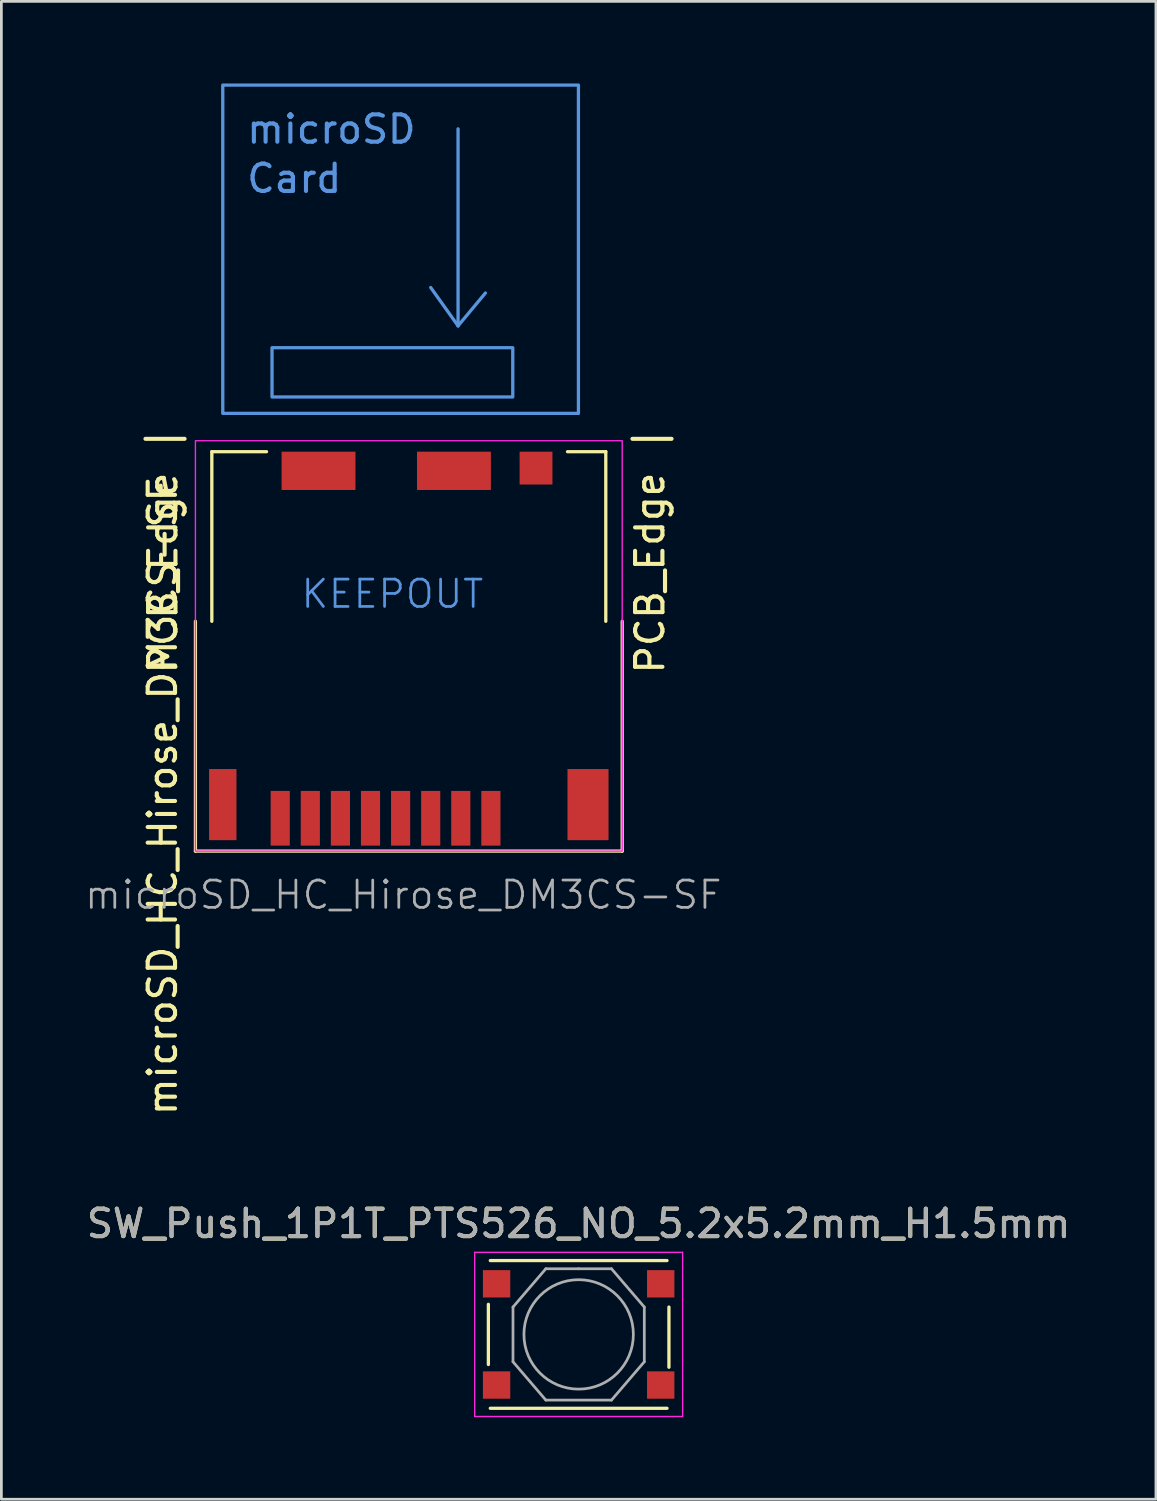
<source format=kicad_pcb>
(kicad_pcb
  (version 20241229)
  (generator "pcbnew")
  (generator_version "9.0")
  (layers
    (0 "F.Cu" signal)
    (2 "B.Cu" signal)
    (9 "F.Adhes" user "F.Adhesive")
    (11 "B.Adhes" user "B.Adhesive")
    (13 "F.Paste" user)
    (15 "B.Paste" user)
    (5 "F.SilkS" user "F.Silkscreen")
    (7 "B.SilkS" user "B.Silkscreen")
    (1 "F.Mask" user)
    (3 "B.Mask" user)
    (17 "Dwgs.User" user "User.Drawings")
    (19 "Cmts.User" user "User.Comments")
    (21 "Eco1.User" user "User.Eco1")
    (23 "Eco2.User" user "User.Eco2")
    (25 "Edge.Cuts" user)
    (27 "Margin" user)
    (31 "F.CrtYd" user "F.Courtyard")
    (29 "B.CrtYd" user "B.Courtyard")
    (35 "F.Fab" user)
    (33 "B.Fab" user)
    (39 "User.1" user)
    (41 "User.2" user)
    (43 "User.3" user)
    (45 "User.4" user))
  (footprint "SW_Push_1P1T_PTS526_NO_5.2x5.2mm_H1.5mm"
    (layer "F.Cu")
    (at 18.101 45.726)
    (property "Reference" "SW_Push_1P1T_PTS526_NO_5.2x5.2mm_H1.5mm" (at 0 -4.05 0) (layer "F.SilkS") (effects (font (size 1 1) (thickness 0.15))))
    (attr smd)
    (fp_line (start -3.3 -1.1) (end -3.3 1.1) (stroke (width 0.12) (type solid)) (layer "F.SilkS"))
    (fp_line (start -3.23 -2.7) (end 3.23 -2.7) (stroke (width 0.12) (type solid)) (layer "F.SilkS"))
    (fp_line (start -3.23 2.7) (end 3.23 2.7) (stroke (width 0.12) (type solid)) (layer "F.SilkS"))
    (fp_line (start 3.3 -1) (end 3.3 1.2) (stroke (width 0.12) (type solid)) (layer "F.SilkS"))
    (fp_line (start -3.8 -3) (end -3.8 3) (stroke (width 0.05) (type solid)) (layer "F.CrtYd"))
    (fp_line (start -3.8 -3) (end 3.8 -3) (stroke (width 0.05) (type solid)) (layer "F.CrtYd"))
    (fp_line (start -3.8 3) (end 3.8 3) (stroke (width 0.05) (type solid)) (layer "F.CrtYd"))
    (fp_line (start 3.8 3) (end 3.8 -3) (stroke (width 0.05) (type solid)) (layer "F.CrtYd"))
    (fp_line (start -2.4 -1) (end -2.4 1) (stroke (width 0.1) (type default)) (layer "F.Fab"))
    (fp_line (start -2.4 1) (end -1.2 2.4) (stroke (width 0.1) (type default)) (layer "F.Fab"))
    (fp_line (start -1.2 -2.4) (end -2.4 -1) (stroke (width 0.1) (type default)) (layer "F.Fab"))
    (fp_line (start -1.2 -2.4) (end 0 -2.4) (stroke (width 0.1) (type default)) (layer "F.Fab"))
    (fp_line (start 0 -2.4) (end 1.2 -2.4) (stroke (width 0.1) (type default)) (layer "F.Fab"))
    (fp_line (start 1.2 -2.4) (end 2.4 -1) (stroke (width 0.1) (type default)) (layer "F.Fab"))
    (fp_line (start 1.2 2.4) (end -1.2 2.4) (stroke (width 0.1) (type default)) (layer "F.Fab"))
    (fp_line (start 2.4 -1) (end 2.4 1) (stroke (width 0.1) (type default)) (layer "F.Fab"))
    (fp_line (start 2.4 1) (end 1.2 2.4) (stroke (width 0.1) (type default)) (layer "F.Fab"))
    (fp_circle (center 0 0) (end 2 0) (stroke (width 0.1) (type solid)) (fill no) (layer "F.Fab"))
    (fp_text user "${REFERENCE}" (at 0 -4.05 0) (layer "F.Fab") (effects (font (size 1 1) (thickness 0.15))))
    (pad "1" smd rect (at -3 -1.85) (size 1 1) (layers "F.Cu" "F.Mask" "F.Paste"))
    (pad "1" smd rect (at 3 -1.85) (size 1 1) (layers "F.Cu" "F.Mask" "F.Paste"))
    (pad "2" smd rect (at -3 1.85) (size 1 1) (layers "F.Cu" "F.Mask" "F.Paste"))
    (pad "2" smd rect (at 3 1.85) (size 1 1) (layers "F.Cu" "F.Mask" "F.Paste")))
  (footprint "microSD_HC_Hirose_DM3CS-SF"
    (layer "F.Cu")
    (at 11.693 13.46)
    (property "Reference" "microSD_HC_Hirose_DM3CS-SF" (at -8.8 12.6 90) (layer "F.SilkS") (effects (font (size 1 1) (thickness 0.15))))
    (attr smd)
    (fp_line (start -7.6 6.2) (end -7.6 14.6) (stroke (width 0.12) (type default)) (layer "F.SilkS"))
    (fp_line (start -7.6 14.6) (end 8 14.6) (stroke (width 0.12) (type default)) (layer "F.SilkS"))
    (fp_line (start -7 0) (end -5 0) (stroke (width 0.12) (type default)) (layer "F.SilkS"))
    (fp_line (start -7 6.2) (end -7 0) (stroke (width 0.12) (type default)) (layer "F.SilkS"))
    (fp_line (start 6 0) (end 7.4 0) (stroke (width 0.12) (type default)) (layer "F.SilkS"))
    (fp_line (start 7.4 0) (end 7.4 6.2) (stroke (width 0.12) (type default)) (layer "F.SilkS"))
    (fp_line (start 8 14.6) (end 8 6.2) (stroke (width 0.12) (type default)) (layer "F.SilkS"))
    (fp_line (start 2 -11.8) (end 2 -4.6) (stroke (width 0.12) (type solid)) (layer "Cmts.User"))
    (fp_line (start 2 -4.6) (end 1 -6) (stroke (width 0.12) (type solid)) (layer "Cmts.User"))
    (fp_line (start 2 -4.6) (end 3 -5.8) (stroke (width 0.12) (type solid)) (layer "Cmts.User"))
    (fp_rect (start -4.8 -3.8) (end 4 -2) (stroke (width 0.12) (type default)) (fill no) (layer "Cmts.User"))
    (fp_rect (start 6.4 -1.4) (end -6.6 -13.4) (stroke (width 0.12) (type default)) (fill no) (layer "Cmts.User"))
    (fp_rect (start -7.6 -0.4) (end 8 14.6) (stroke (width 0.05) (type default)) (fill no) (layer "F.CrtYd"))
    (fp_text user "PCB_Edge |" (at -8.2 8.2 90) (unlocked yes) (layer "F.SilkS") (effects (font (size 1 1) (thickness 0.15)) (justify left bottom)))
    (fp_text user "PCB_Edge |" (at 9.6 8.2 90) (unlocked yes) (layer "F.SilkS") (effects (font (size 1 1) (thickness 0.15)) (justify left bottom)))
    (fp_text user "Card" (at -5.8 -9.4 0) (unlocked yes) (layer "Cmts.User") (effects (font (size 1 1) (thickness 0.15)) (justify left bottom)))
    (fp_text user "microSD" (at -5.8 -11.2 0) (unlocked yes) (layer "Cmts.User") (effects (font (size 1 1) (thickness 0.15)) (justify left bottom)))
    (fp_text user "KEEPOUT" (at -0.4 5.2 0) (layer "Cmts.User") (effects (font (size 1 1) (thickness 0.1))))
    (fp_text user "${REFERENCE}" (at 0 16.2 0) (layer "F.Fab") (effects (font (size 1 1) (thickness 0.1))))
    (pad "1" smd rect (at 3.2 13.4) (size 0.7 2) (layers "F.Cu" "F.Mask" "F.Paste"))
    (pad "2" smd rect (at 2.1 13.4) (size 0.7 2) (layers "F.Cu" "F.Mask" "F.Paste"))
    (pad "3" smd rect (at 1 13.4) (size 0.7 2) (layers "F.Cu" "F.Mask" "F.Paste"))
    (pad "4" smd rect (at -0.1 13.4) (size 0.7 2) (layers "F.Cu" "F.Mask" "F.Paste"))
    (pad "5" smd rect (at -1.2 13.4) (size 0.7 2) (layers "F.Cu" "F.Mask" "F.Paste"))
    (pad "6" smd rect (at -2.3 13.4) (size 0.7 2) (layers "F.Cu" "F.Mask" "F.Paste"))
    (pad "7" smd rect (at -3.4 13.4) (size 0.7 2) (layers "F.Cu" "F.Mask" "F.Paste"))
    (pad "8" smd rect (at -4.5 13.4) (size 0.7 2) (layers "F.Cu" "F.Mask" "F.Paste"))
    (pad "9" smd rect (at -3.1 0.7) (size 2.7 1.4) (layers "F.Cu" "F.Mask" "F.Paste"))
    (pad "10" smd rect (at 1.85 0.7) (size 2.7 1.4) (layers "F.Cu" "F.Mask" "F.Paste"))
    (pad "11" smd rect (at -6.6 12.9) (size 1 2.6) (layers "F.Cu" "F.Mask" "F.Paste"))
    (pad "11" smd rect (at 4.85 0.6) (size 1.2 1.2) (layers "F.Cu" "F.Mask" "F.Paste"))
    (pad "11" smd rect (at 6.75 12.9) (size 1.5 2.6) (layers "F.Cu" "F.Mask" "F.Paste"))
    (zone (net_name "") (layer "F.Cu") (hatch full 0.508) (connect_pads) (min_thickness 0.254) (filled_areas_thickness no) (keepout (tracks not_allowed) (vias not_allowed) (pads not_allowed) (copperpour not_allowed) (footprints not_allowed)) (placement (enabled no)) (fill) (polygon (pts (xy 4.593 25.01) (xy 5.493 25.01) (xy 5.493 19.96) (xy 4.593 19.96))))
    (zone (net_name "") (layer "F.Cu") (hatch full 0.508) (connect_pads) (min_thickness 0.254) (filled_areas_thickness no) (keepout (tracks not_allowed) (vias not_allowed) (pads not_allowed) (copperpour not_allowed) (footprints not_allowed)) (placement (enabled no)) (fill) (polygon (pts (xy 6.693 16.26) (xy 15.393 16.26) (xy 15.393 20.66) (xy 6.693 20.66))))
    (zone (net_name "") (layer "F.Cu") (hatch full 0.508) (connect_pads) (min_thickness 0.254) (filled_areas_thickness no) (keepout (tracks not_allowed) (vias not_allowed) (pads not_allowed) (copperpour not_allowed) (footprints not_allowed)) (placement (enabled no)) (fill) (polygon (pts (xy 18.293 25.01) (xy 19.193 25.01) (xy 19.193 19.96) (xy 18.293 19.96)))))
  (gr_rect
    (start -3 -3)
    (end 39.202 51.751)
    (stroke (width 0.1) (type default))
    (fill no)
    (layer "Edge.Cuts")))
</source>
